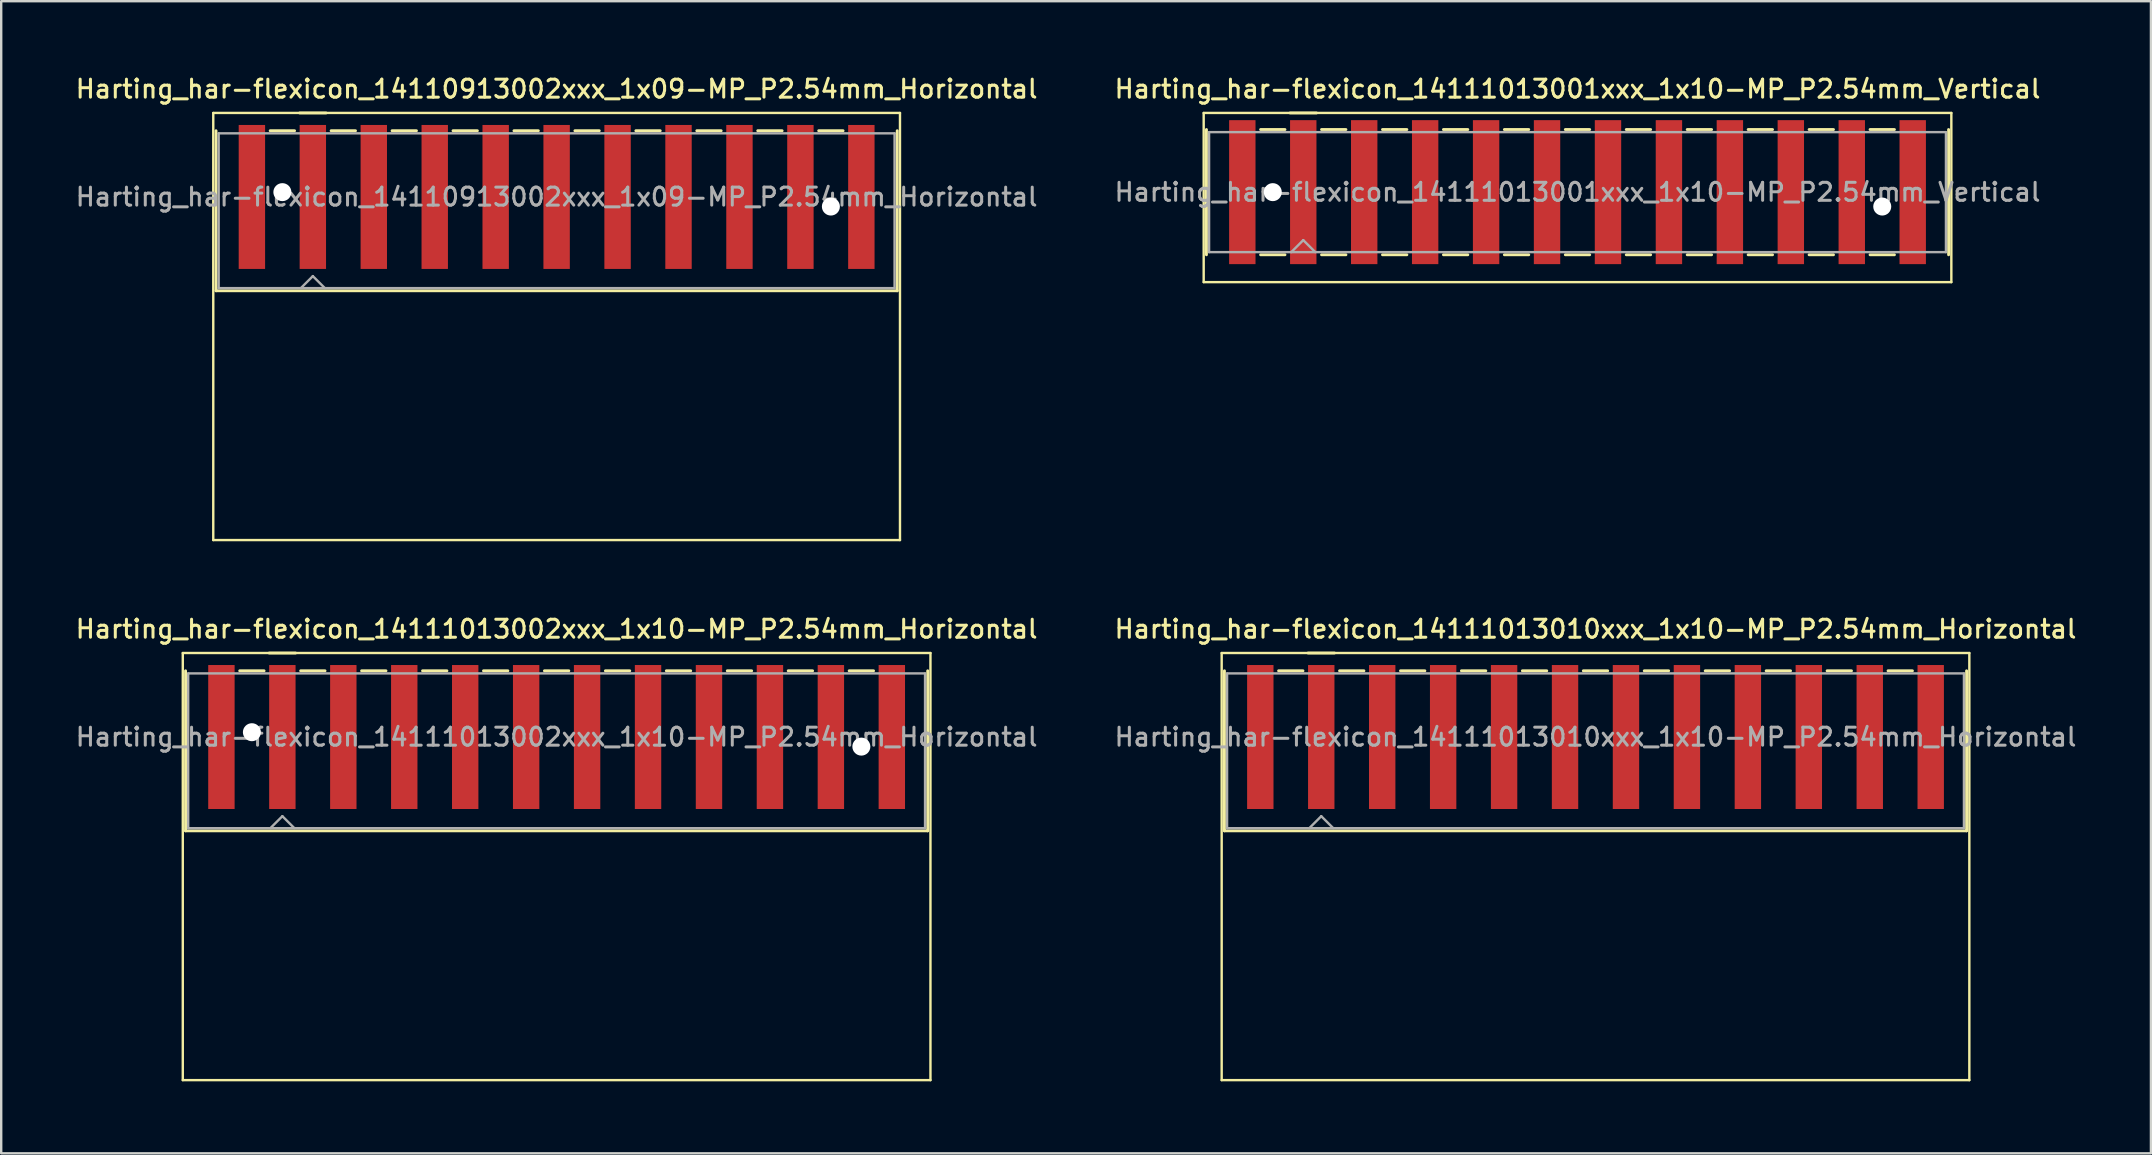
<source format=kicad_pcb>
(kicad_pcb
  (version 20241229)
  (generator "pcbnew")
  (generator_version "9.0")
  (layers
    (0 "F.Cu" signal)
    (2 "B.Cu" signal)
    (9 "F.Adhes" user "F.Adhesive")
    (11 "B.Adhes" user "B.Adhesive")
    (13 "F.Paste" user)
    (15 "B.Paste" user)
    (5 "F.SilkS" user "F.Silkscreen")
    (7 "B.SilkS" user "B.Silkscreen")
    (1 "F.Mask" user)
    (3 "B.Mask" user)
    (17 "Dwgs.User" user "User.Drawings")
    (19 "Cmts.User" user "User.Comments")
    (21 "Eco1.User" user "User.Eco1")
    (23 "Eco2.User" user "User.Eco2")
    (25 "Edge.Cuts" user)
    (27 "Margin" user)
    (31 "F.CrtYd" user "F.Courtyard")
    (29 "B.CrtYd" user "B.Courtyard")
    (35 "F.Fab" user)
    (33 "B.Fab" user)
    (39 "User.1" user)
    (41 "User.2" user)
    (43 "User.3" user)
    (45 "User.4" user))
  (footprint "Harting_har-flexicon_14111013001xxx_1x10-MP_P2.54mm_Vertical"
    (layer "F.Cu")
    (at 62.695 4.958)
    (property "Reference" "Harting_har-flexicon_14111013001xxx_1x10-MP_P2.54mm_Vertical" (at 0 -4.3 0) (layer "F.SilkS") (effects (font (size 0.75 0.75) (thickness 0.125))))
    (attr smd)
    (fp_line (start -15.58 -3.3) (end -15.58 3.75) (stroke (width 0.1) (type solid)) (layer "F.SilkS"))
    (fp_line (start -15.58 3.75) (end 15.58 3.75) (stroke (width 0.1) (type solid)) (layer "F.SilkS"))
    (fp_line (start -15.465 -2.61) (end -15.465 2.61) (stroke (width 0.12) (type solid)) (layer "F.SilkS"))
    (fp_line (start -13.208 -2.61) (end -12.192 -2.61) (stroke (width 0.12) (type solid)) (layer "F.SilkS"))
    (fp_line (start -13.208 2.61) (end -12.192 2.61) (stroke (width 0.12) (type solid)) (layer "F.SilkS"))
    (fp_line (start -11.98 -3.3) (end -10.88 -3.3) (stroke (width 0.12) (type solid)) (layer "F.SilkS"))
    (fp_line (start -10.668 -2.61) (end -9.652 -2.61) (stroke (width 0.12) (type solid)) (layer "F.SilkS"))
    (fp_line (start -10.668 2.61) (end -9.652 2.61) (stroke (width 0.12) (type solid)) (layer "F.SilkS"))
    (fp_line (start -8.128 -2.61) (end -7.112 -2.61) (stroke (width 0.12) (type solid)) (layer "F.SilkS"))
    (fp_line (start -8.128 2.61) (end -7.112 2.61) (stroke (width 0.12) (type solid)) (layer "F.SilkS"))
    (fp_line (start -5.588 -2.61) (end -4.572 -2.61) (stroke (width 0.12) (type solid)) (layer "F.SilkS"))
    (fp_line (start -5.588 2.61) (end -4.572 2.61) (stroke (width 0.12) (type solid)) (layer "F.SilkS"))
    (fp_line (start -3.048 -2.61) (end -2.032 -2.61) (stroke (width 0.12) (type solid)) (layer "F.SilkS"))
    (fp_line (start -3.048 2.61) (end -2.032 2.61) (stroke (width 0.12) (type solid)) (layer "F.SilkS"))
    (fp_line (start -0.508 -2.61) (end 0.508 -2.61) (stroke (width 0.12) (type solid)) (layer "F.SilkS"))
    (fp_line (start -0.508 2.61) (end 0.508 2.61) (stroke (width 0.12) (type solid)) (layer "F.SilkS"))
    (fp_line (start 2.032 -2.61) (end 3.048 -2.61) (stroke (width 0.12) (type solid)) (layer "F.SilkS"))
    (fp_line (start 2.032 2.61) (end 3.048 2.61) (stroke (width 0.12) (type solid)) (layer "F.SilkS"))
    (fp_line (start 4.572 -2.61) (end 5.588 -2.61) (stroke (width 0.12) (type solid)) (layer "F.SilkS"))
    (fp_line (start 4.572 2.61) (end 5.588 2.61) (stroke (width 0.12) (type solid)) (layer "F.SilkS"))
    (fp_line (start 7.112 -2.61) (end 8.128 -2.61) (stroke (width 0.12) (type solid)) (layer "F.SilkS"))
    (fp_line (start 7.112 2.61) (end 8.128 2.61) (stroke (width 0.12) (type solid)) (layer "F.SilkS"))
    (fp_line (start 9.652 -2.61) (end 10.668 -2.61) (stroke (width 0.12) (type solid)) (layer "F.SilkS"))
    (fp_line (start 9.652 2.61) (end 10.668 2.61) (stroke (width 0.12) (type solid)) (layer "F.SilkS"))
    (fp_line (start 12.192 -2.61) (end 13.208 -2.61) (stroke (width 0.12) (type solid)) (layer "F.SilkS"))
    (fp_line (start 12.192 2.61) (end 13.208 2.61) (stroke (width 0.12) (type solid)) (layer "F.SilkS"))
    (fp_line (start 15.465 -2.61) (end 15.465 2.61) (stroke (width 0.12) (type solid)) (layer "F.SilkS"))
    (fp_line (start 15.58 -3.3) (end -15.58 -3.3) (stroke (width 0.1) (type solid)) (layer "F.SilkS"))
    (fp_line (start 15.58 3.75) (end 15.58 -3.3) (stroke (width 0.1) (type solid)) (layer "F.SilkS"))
    (fp_line (start -15.355 -2.5) (end -15.355 2.5) (stroke (width 0.1) (type solid)) (layer "F.Fab"))
    (fp_line (start -15.355 2.5) (end 15.355 2.5) (stroke (width 0.1) (type solid)) (layer "F.Fab"))
    (fp_line (start -11.93 2.5) (end -11.43 2) (stroke (width 0.1) (type solid)) (layer "F.Fab"))
    (fp_line (start -11.43 2) (end -10.93 2.5) (stroke (width 0.1) (type solid)) (layer "F.Fab"))
    (fp_line (start 15.355 -2.5) (end -15.355 -2.5) (stroke (width 0.1) (type solid)) (layer "F.Fab"))
    (fp_line (start 15.355 2.5) (end 15.355 -2.5) (stroke (width 0.1) (type solid)) (layer "F.Fab"))
    (fp_text user "${REFERENCE}" (at 0 0 0) (layer "F.Fab") (effects (font (size 0.75 0.75) (thickness 0.125))))
    (pad "" np_thru_hole circle (at -12.7 0) (size 0.75 0.75) (drill 1) (layers "*.Cu" "*.Mask"))
    (pad "" np_thru_hole circle (at 12.7 0.6) (size 0.75 0.75) (drill 1) (layers "*.Cu" "*.Mask"))
    (pad "1" smd rect (at -11.43 0) (size 1.1 6) (layers "F.Cu" "F.Mask" "F.Paste"))
    (pad "2" smd rect (at -8.89 0) (size 1.1 6) (layers "F.Cu" "F.Mask" "F.Paste"))
    (pad "3" smd rect (at -6.35 0) (size 1.1 6) (layers "F.Cu" "F.Mask" "F.Paste"))
    (pad "4" smd rect (at -3.81 0) (size 1.1 6) (layers "F.Cu" "F.Mask" "F.Paste"))
    (pad "5" smd rect (at -1.27 0) (size 1.1 6) (layers "F.Cu" "F.Mask" "F.Paste"))
    (pad "6" smd rect (at 1.27 0) (size 1.1 6) (layers "F.Cu" "F.Mask" "F.Paste"))
    (pad "7" smd rect (at 3.81 0) (size 1.1 6) (layers "F.Cu" "F.Mask" "F.Paste"))
    (pad "8" smd rect (at 6.35 0) (size 1.1 6) (layers "F.Cu" "F.Mask" "F.Paste"))
    (pad "9" smd rect (at 8.89 0) (size 1.1 6) (layers "F.Cu" "F.Mask" "F.Paste"))
    (pad "10" smd rect (at 11.43 0) (size 1.1 6) (layers "F.Cu" "F.Mask" "F.Paste"))
    (pad "MP" smd rect (at -13.97 0) (size 1.1 6) (layers "F.Cu" "F.Mask" "F.Paste"))
    (pad "MP" smd rect (at 13.97 0) (size 1.1 6) (layers "F.Cu" "F.Mask" "F.Paste")))
  (footprint "Harting_har-flexicon_14110913002xxx_1x09-MP_P2.54mm_Horizontal"
    (layer "F.Cu")
    (at 20.148 6.458)
    (property "Reference" "Harting_har-flexicon_14110913002xxx_1x09-MP_P2.54mm_Horizontal" (at 0 -5.8 0) (layer "F.SilkS") (effects (font (size 0.75 0.75) (thickness 0.125))))
    (attr smd)
    (fp_line (start -14.31 -4.8) (end -14.31 13) (stroke (width 0.1) (type solid)) (layer "F.SilkS"))
    (fp_line (start -14.31 13) (end 14.31 13) (stroke (width 0.1) (type solid)) (layer "F.SilkS"))
    (fp_line (start -14.195 -4.06) (end -14.195 2.61) (stroke (width 0.12) (type solid)) (layer "F.SilkS"))
    (fp_line (start -11.938 -4.06) (end -10.922 -4.06) (stroke (width 0.12) (type solid)) (layer "F.SilkS"))
    (fp_line (start -10.71 -4.8) (end -9.61 -4.8) (stroke (width 0.12) (type solid)) (layer "F.SilkS"))
    (fp_line (start -9.398 -4.06) (end -8.382 -4.06) (stroke (width 0.12) (type solid)) (layer "F.SilkS"))
    (fp_line (start -6.858 -4.06) (end -5.842 -4.06) (stroke (width 0.12) (type solid)) (layer "F.SilkS"))
    (fp_line (start -4.318 -4.06) (end -3.302 -4.06) (stroke (width 0.12) (type solid)) (layer "F.SilkS"))
    (fp_line (start -1.778 -4.06) (end -0.762 -4.06) (stroke (width 0.12) (type solid)) (layer "F.SilkS"))
    (fp_line (start 0.762 -4.06) (end 1.778 -4.06) (stroke (width 0.12) (type solid)) (layer "F.SilkS"))
    (fp_line (start 3.302 -4.06) (end 4.318 -4.06) (stroke (width 0.12) (type solid)) (layer "F.SilkS"))
    (fp_line (start 5.842 -4.06) (end 6.858 -4.06) (stroke (width 0.12) (type solid)) (layer "F.SilkS"))
    (fp_line (start 8.382 -4.06) (end 9.398 -4.06) (stroke (width 0.12) (type solid)) (layer "F.SilkS"))
    (fp_line (start 10.922 -4.06) (end 11.938 -4.06) (stroke (width 0.12) (type solid)) (layer "F.SilkS"))
    (fp_line (start 14.195 -4.06) (end 14.195 2.61) (stroke (width 0.12) (type solid)) (layer "F.SilkS"))
    (fp_line (start 14.195 2.61) (end -14.195 2.61) (stroke (width 0.12) (type solid)) (layer "F.SilkS"))
    (fp_line (start 14.31 -4.8) (end -14.31 -4.8) (stroke (width 0.1) (type solid)) (layer "F.SilkS"))
    (fp_line (start 14.31 13) (end 14.31 -4.8) (stroke (width 0.1) (type solid)) (layer "F.SilkS"))
    (fp_line (start -14.085 -3.95) (end -14.085 2.5) (stroke (width 0.1) (type solid)) (layer "F.Fab"))
    (fp_line (start -14.085 2.5) (end 14.085 2.5) (stroke (width 0.1) (type solid)) (layer "F.Fab"))
    (fp_line (start -10.66 2.5) (end -10.16 2) (stroke (width 0.1) (type solid)) (layer "F.Fab"))
    (fp_line (start -10.16 2) (end -9.66 2.5) (stroke (width 0.1) (type solid)) (layer "F.Fab"))
    (fp_line (start 14.085 -3.95) (end -14.085 -3.95) (stroke (width 0.1) (type solid)) (layer "F.Fab"))
    (fp_line (start 14.085 2.5) (end 14.085 -3.95) (stroke (width 0.1) (type solid)) (layer "F.Fab"))
    (fp_text user "${REFERENCE}" (at 0 -1.3 0) (layer "F.Fab") (effects (font (size 0.75 0.75) (thickness 0.125))))
    (pad "" np_thru_hole circle (at -11.43 -1.5) (size 0.75 0.75) (drill 1) (layers "*.Cu" "*.Mask"))
    (pad "" np_thru_hole circle (at 11.43 -0.9) (size 0.75 0.75) (drill 1) (layers "*.Cu" "*.Mask"))
    (pad "1" smd rect (at -10.16 -1.3) (size 1.1 6) (layers "F.Cu" "F.Mask" "F.Paste"))
    (pad "2" smd rect (at -7.62 -1.3) (size 1.1 6) (layers "F.Cu" "F.Mask" "F.Paste"))
    (pad "3" smd rect (at -5.08 -1.3) (size 1.1 6) (layers "F.Cu" "F.Mask" "F.Paste"))
    (pad "4" smd rect (at -2.54 -1.3) (size 1.1 6) (layers "F.Cu" "F.Mask" "F.Paste"))
    (pad "5" smd rect (at 0 -1.3) (size 1.1 6) (layers "F.Cu" "F.Mask" "F.Paste"))
    (pad "6" smd rect (at 2.54 -1.3) (size 1.1 6) (layers "F.Cu" "F.Mask" "F.Paste"))
    (pad "7" smd rect (at 5.08 -1.3) (size 1.1 6) (layers "F.Cu" "F.Mask" "F.Paste"))
    (pad "8" smd rect (at 7.62 -1.3) (size 1.1 6) (layers "F.Cu" "F.Mask" "F.Paste"))
    (pad "9" smd rect (at 10.16 -1.3) (size 1.1 6) (layers "F.Cu" "F.Mask" "F.Paste"))
    (pad "MP" smd rect (at -12.7 -1.3) (size 1.1 6) (layers "F.Cu" "F.Mask" "F.Paste"))
    (pad "MP" smd rect (at 12.7 -1.3) (size 1.1 6) (layers "F.Cu" "F.Mask" "F.Paste")))
  (footprint "Harting_har-flexicon_14111013010xxx_1x10-MP_P2.54mm_Horizontal"
    (layer "F.Cu")
    (at 63.445 28.966)
    (property "Reference" "Harting_har-flexicon_14111013010xxx_1x10-MP_P2.54mm_Horizontal" (at 0 -5.8 0) (layer "F.SilkS") (effects (font (size 0.75 0.75) (thickness 0.125))))
    (attr smd)
    (fp_line (start -15.58 -4.8) (end -15.58 13) (stroke (width 0.1) (type solid)) (layer "F.SilkS"))
    (fp_line (start -15.58 13) (end 15.58 13) (stroke (width 0.1) (type solid)) (layer "F.SilkS"))
    (fp_line (start -15.465 -4.06) (end -15.465 2.61) (stroke (width 0.12) (type solid)) (layer "F.SilkS"))
    (fp_line (start -13.208 -4.06) (end -12.192 -4.06) (stroke (width 0.12) (type solid)) (layer "F.SilkS"))
    (fp_line (start -11.98 -4.8) (end -10.88 -4.8) (stroke (width 0.12) (type solid)) (layer "F.SilkS"))
    (fp_line (start -10.668 -4.06) (end -9.652 -4.06) (stroke (width 0.12) (type solid)) (layer "F.SilkS"))
    (fp_line (start -8.128 -4.06) (end -7.112 -4.06) (stroke (width 0.12) (type solid)) (layer "F.SilkS"))
    (fp_line (start -5.588 -4.06) (end -4.572 -4.06) (stroke (width 0.12) (type solid)) (layer "F.SilkS"))
    (fp_line (start -3.048 -4.06) (end -2.032 -4.06) (stroke (width 0.12) (type solid)) (layer "F.SilkS"))
    (fp_line (start -0.508 -4.06) (end 0.508 -4.06) (stroke (width 0.12) (type solid)) (layer "F.SilkS"))
    (fp_line (start 2.032 -4.06) (end 3.048 -4.06) (stroke (width 0.12) (type solid)) (layer "F.SilkS"))
    (fp_line (start 4.572 -4.06) (end 5.588 -4.06) (stroke (width 0.12) (type solid)) (layer "F.SilkS"))
    (fp_line (start 7.112 -4.06) (end 8.128 -4.06) (stroke (width 0.12) (type solid)) (layer "F.SilkS"))
    (fp_line (start 9.652 -4.06) (end 10.668 -4.06) (stroke (width 0.12) (type solid)) (layer "F.SilkS"))
    (fp_line (start 12.192 -4.06) (end 13.208 -4.06) (stroke (width 0.12) (type solid)) (layer "F.SilkS"))
    (fp_line (start 15.465 -4.06) (end 15.465 2.61) (stroke (width 0.12) (type solid)) (layer "F.SilkS"))
    (fp_line (start 15.465 2.61) (end -15.465 2.61) (stroke (width 0.12) (type solid)) (layer "F.SilkS"))
    (fp_line (start 15.58 -4.8) (end -15.58 -4.8) (stroke (width 0.1) (type solid)) (layer "F.SilkS"))
    (fp_line (start 15.58 13) (end 15.58 -4.8) (stroke (width 0.1) (type solid)) (layer "F.SilkS"))
    (fp_line (start -15.355 -3.95) (end -15.355 2.5) (stroke (width 0.1) (type solid)) (layer "F.Fab"))
    (fp_line (start -15.355 2.5) (end 15.355 2.5) (stroke (width 0.1) (type solid)) (layer "F.Fab"))
    (fp_line (start -11.93 2.5) (end -11.43 2) (stroke (width 0.1) (type solid)) (layer "F.Fab"))
    (fp_line (start -11.43 2) (end -10.93 2.5) (stroke (width 0.1) (type solid)) (layer "F.Fab"))
    (fp_line (start 15.355 -3.95) (end -15.355 -3.95) (stroke (width 0.1) (type solid)) (layer "F.Fab"))
    (fp_line (start 15.355 2.5) (end 15.355 -3.95) (stroke (width 0.1) (type solid)) (layer "F.Fab"))
    (fp_text user "${REFERENCE}" (at 0 -1.3 0) (layer "F.Fab") (effects (font (size 0.75 0.75) (thickness 0.125))))
    (pad "1" smd rect (at -11.43 -1.3) (size 1.1 6) (layers "F.Cu" "F.Mask" "F.Paste"))
    (pad "2" smd rect (at -8.89 -1.3) (size 1.1 6) (layers "F.Cu" "F.Mask" "F.Paste"))
    (pad "3" smd rect (at -6.35 -1.3) (size 1.1 6) (layers "F.Cu" "F.Mask" "F.Paste"))
    (pad "4" smd rect (at -3.81 -1.3) (size 1.1 6) (layers "F.Cu" "F.Mask" "F.Paste"))
    (pad "5" smd rect (at -1.27 -1.3) (size 1.1 6) (layers "F.Cu" "F.Mask" "F.Paste"))
    (pad "6" smd rect (at 1.27 -1.3) (size 1.1 6) (layers "F.Cu" "F.Mask" "F.Paste"))
    (pad "7" smd rect (at 3.81 -1.3) (size 1.1 6) (layers "F.Cu" "F.Mask" "F.Paste"))
    (pad "8" smd rect (at 6.35 -1.3) (size 1.1 6) (layers "F.Cu" "F.Mask" "F.Paste"))
    (pad "9" smd rect (at 8.89 -1.3) (size 1.1 6) (layers "F.Cu" "F.Mask" "F.Paste"))
    (pad "10" smd rect (at 11.43 -1.3) (size 1.1 6) (layers "F.Cu" "F.Mask" "F.Paste"))
    (pad "MP" smd rect (at -13.97 -1.3) (size 1.1 6) (layers "F.Cu" "F.Mask" "F.Paste"))
    (pad "MP" smd rect (at 13.97 -1.3) (size 1.1 6) (layers "F.Cu" "F.Mask" "F.Paste")))
  (footprint "Harting_har-flexicon_14111013002xxx_1x10-MP_P2.54mm_Horizontal"
    (layer "F.Cu")
    (at 20.148 28.966)
    (property "Reference" "Harting_har-flexicon_14111013002xxx_1x10-MP_P2.54mm_Horizontal" (at 0 -5.8 0) (layer "F.SilkS") (effects (font (size 0.75 0.75) (thickness 0.125))))
    (attr smd)
    (fp_line (start -15.58 -4.8) (end -15.58 13) (stroke (width 0.1) (type solid)) (layer "F.SilkS"))
    (fp_line (start -15.58 13) (end 15.58 13) (stroke (width 0.1) (type solid)) (layer "F.SilkS"))
    (fp_line (start -15.465 -4.06) (end -15.465 2.61) (stroke (width 0.12) (type solid)) (layer "F.SilkS"))
    (fp_line (start -13.208 -4.06) (end -12.192 -4.06) (stroke (width 0.12) (type solid)) (layer "F.SilkS"))
    (fp_line (start -11.98 -4.8) (end -10.88 -4.8) (stroke (width 0.12) (type solid)) (layer "F.SilkS"))
    (fp_line (start -10.668 -4.06) (end -9.652 -4.06) (stroke (width 0.12) (type solid)) (layer "F.SilkS"))
    (fp_line (start -8.128 -4.06) (end -7.112 -4.06) (stroke (width 0.12) (type solid)) (layer "F.SilkS"))
    (fp_line (start -5.588 -4.06) (end -4.572 -4.06) (stroke (width 0.12) (type solid)) (layer "F.SilkS"))
    (fp_line (start -3.048 -4.06) (end -2.032 -4.06) (stroke (width 0.12) (type solid)) (layer "F.SilkS"))
    (fp_line (start -0.508 -4.06) (end 0.508 -4.06) (stroke (width 0.12) (type solid)) (layer "F.SilkS"))
    (fp_line (start 2.032 -4.06) (end 3.048 -4.06) (stroke (width 0.12) (type solid)) (layer "F.SilkS"))
    (fp_line (start 4.572 -4.06) (end 5.588 -4.06) (stroke (width 0.12) (type solid)) (layer "F.SilkS"))
    (fp_line (start 7.112 -4.06) (end 8.128 -4.06) (stroke (width 0.12) (type solid)) (layer "F.SilkS"))
    (fp_line (start 9.652 -4.06) (end 10.668 -4.06) (stroke (width 0.12) (type solid)) (layer "F.SilkS"))
    (fp_line (start 12.192 -4.06) (end 13.208 -4.06) (stroke (width 0.12) (type solid)) (layer "F.SilkS"))
    (fp_line (start 15.465 -4.06) (end 15.465 2.61) (stroke (width 0.12) (type solid)) (layer "F.SilkS"))
    (fp_line (start 15.465 2.61) (end -15.465 2.61) (stroke (width 0.12) (type solid)) (layer "F.SilkS"))
    (fp_line (start 15.58 -4.8) (end -15.58 -4.8) (stroke (width 0.1) (type solid)) (layer "F.SilkS"))
    (fp_line (start 15.58 13) (end 15.58 -4.8) (stroke (width 0.1) (type solid)) (layer "F.SilkS"))
    (fp_line (start -15.355 -3.95) (end -15.355 2.5) (stroke (width 0.1) (type solid)) (layer "F.Fab"))
    (fp_line (start -15.355 2.5) (end 15.355 2.5) (stroke (width 0.1) (type solid)) (layer "F.Fab"))
    (fp_line (start -11.93 2.5) (end -11.43 2) (stroke (width 0.1) (type solid)) (layer "F.Fab"))
    (fp_line (start -11.43 2) (end -10.93 2.5) (stroke (width 0.1) (type solid)) (layer "F.Fab"))
    (fp_line (start 15.355 -3.95) (end -15.355 -3.95) (stroke (width 0.1) (type solid)) (layer "F.Fab"))
    (fp_line (start 15.355 2.5) (end 15.355 -3.95) (stroke (width 0.1) (type solid)) (layer "F.Fab"))
    (fp_text user "${REFERENCE}" (at 0 -1.3 0) (layer "F.Fab") (effects (font (size 0.75 0.75) (thickness 0.125))))
    (pad "" np_thru_hole circle (at -12.7 -1.5) (size 0.75 0.75) (drill 1) (layers "*.Cu" "*.Mask"))
    (pad "" np_thru_hole circle (at 12.7 -0.9) (size 0.75 0.75) (drill 1) (layers "*.Cu" "*.Mask"))
    (pad "1" smd rect (at -11.43 -1.3) (size 1.1 6) (layers "F.Cu" "F.Mask" "F.Paste"))
    (pad "2" smd rect (at -8.89 -1.3) (size 1.1 6) (layers "F.Cu" "F.Mask" "F.Paste"))
    (pad "3" smd rect (at -6.35 -1.3) (size 1.1 6) (layers "F.Cu" "F.Mask" "F.Paste"))
    (pad "4" smd rect (at -3.81 -1.3) (size 1.1 6) (layers "F.Cu" "F.Mask" "F.Paste"))
    (pad "5" smd rect (at -1.27 -1.3) (size 1.1 6) (layers "F.Cu" "F.Mask" "F.Paste"))
    (pad "6" smd rect (at 1.27 -1.3) (size 1.1 6) (layers "F.Cu" "F.Mask" "F.Paste"))
    (pad "7" smd rect (at 3.81 -1.3) (size 1.1 6) (layers "F.Cu" "F.Mask" "F.Paste"))
    (pad "8" smd rect (at 6.35 -1.3) (size 1.1 6) (layers "F.Cu" "F.Mask" "F.Paste"))
    (pad "9" smd rect (at 8.89 -1.3) (size 1.1 6) (layers "F.Cu" "F.Mask" "F.Paste"))
    (pad "10" smd rect (at 11.43 -1.3) (size 1.1 6) (layers "F.Cu" "F.Mask" "F.Paste"))
    (pad "MP" smd rect (at -13.97 -1.3) (size 1.1 6) (layers "F.Cu" "F.Mask" "F.Paste"))
    (pad "MP" smd rect (at 13.97 -1.3) (size 1.1 6) (layers "F.Cu" "F.Mask" "F.Paste")))
  (gr_rect
    (start -3 -3)
    (end 86.593 45.016)
    (stroke (width 0.1) (type default))
    (fill no)
    (layer "Edge.Cuts")))
</source>
